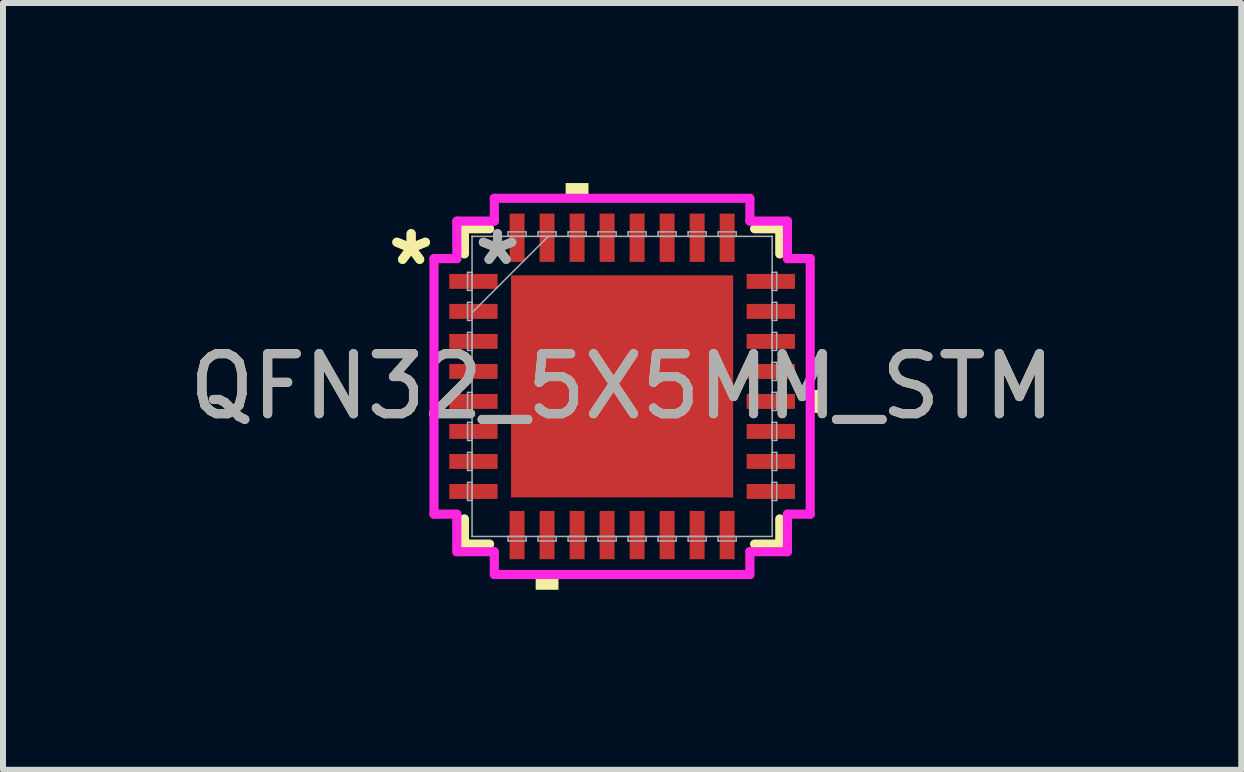
<source format=kicad_pcb>
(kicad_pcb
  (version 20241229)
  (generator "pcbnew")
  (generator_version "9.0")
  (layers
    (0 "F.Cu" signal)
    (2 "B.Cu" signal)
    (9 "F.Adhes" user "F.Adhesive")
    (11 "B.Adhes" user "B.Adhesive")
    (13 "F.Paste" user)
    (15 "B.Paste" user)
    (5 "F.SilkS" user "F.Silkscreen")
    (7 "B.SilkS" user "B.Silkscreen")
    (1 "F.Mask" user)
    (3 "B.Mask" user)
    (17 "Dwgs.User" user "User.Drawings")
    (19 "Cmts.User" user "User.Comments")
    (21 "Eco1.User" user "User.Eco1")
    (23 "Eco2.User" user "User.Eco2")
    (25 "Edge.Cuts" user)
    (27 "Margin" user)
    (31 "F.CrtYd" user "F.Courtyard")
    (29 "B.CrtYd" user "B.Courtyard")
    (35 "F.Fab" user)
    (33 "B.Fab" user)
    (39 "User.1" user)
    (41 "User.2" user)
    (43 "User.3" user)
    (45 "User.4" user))
  (footprint "QFN32_5X5MM_STM"
    (layer "F.Cu")
    (at 7.315 3.388)
    (property "Reference" "QFN32_5X5MM_STM" (at 0 0 0) (unlocked yes) (layer "F.SilkS") (effects (font (size 1 1) (thickness 0.15))))
    (attr smd)
    (fp_line (start -2.627 -2.627) (end -2.627 -2.207) (stroke (width 0.152) (type solid)) (layer "F.SilkS"))
    (fp_line (start -2.627 2.207) (end -2.627 2.627) (stroke (width 0.152) (type solid)) (layer "F.SilkS"))
    (fp_line (start -2.627 2.627) (end -2.207 2.627) (stroke (width 0.152) (type solid)) (layer "F.SilkS"))
    (fp_line (start -2.207 -2.627) (end -2.627 -2.627) (stroke (width 0.152) (type solid)) (layer "F.SilkS"))
    (fp_line (start 2.207 2.627) (end 2.627 2.627) (stroke (width 0.152) (type solid)) (layer "F.SilkS"))
    (fp_line (start 2.627 -2.627) (end 2.207 -2.627) (stroke (width 0.152) (type solid)) (layer "F.SilkS"))
    (fp_line (start 2.627 -2.207) (end 2.627 -2.627) (stroke (width 0.152) (type solid)) (layer "F.SilkS"))
    (fp_line (start 2.627 2.627) (end 2.627 2.207) (stroke (width 0.152) (type solid)) (layer "F.SilkS"))
    (fp_poly (pts (xy -1.44 3.134) (xy -1.44 3.388) (xy -1.06 3.388) (xy -1.06 3.134)) (stroke (width 0) (type solid)) (fill yes) (layer "F.SilkS"))
    (fp_poly (pts (xy -0.941 -3.134) (xy -0.941 -3.388) (xy -0.56 -3.388) (xy -0.56 -3.134)) (stroke (width 0) (type solid)) (fill yes) (layer "F.SilkS"))
    (fp_poly (pts (xy 3.388 0.059) (xy 3.388 0.441) (xy 3.134 0.441) (xy 3.134 0.059)) (stroke (width 0) (type solid)) (fill yes) (layer "F.SilkS"))
    (fp_poly (pts (xy -1.75 -1.75) (xy -1.75 -0.1) (xy -0.1 -0.1) (xy -0.1 -1.75)) (stroke (width 0) (type solid)) (fill yes) (layer "F.Paste"))
    (fp_poly (pts (xy -1.75 0.1) (xy -1.75 1.75) (xy -0.1 1.75) (xy -0.1 0.1)) (stroke (width 0) (type solid)) (fill yes) (layer "F.Paste"))
    (fp_poly (pts (xy 0.1 -1.75) (xy 0.1 -0.1) (xy 1.75 -0.1) (xy 1.75 -1.75)) (stroke (width 0) (type solid)) (fill yes) (layer "F.Paste"))
    (fp_poly (pts (xy 0.1 0.1) (xy 0.1 1.75) (xy 1.75 1.75) (xy 1.75 0.1)) (stroke (width 0) (type solid)) (fill yes) (layer "F.Paste"))
    (fp_line (start -3.134 -2.129) (end -2.754 -2.129) (stroke (width 0.152) (type solid)) (layer "F.CrtYd"))
    (fp_line (start -3.134 2.129) (end -3.134 -2.129) (stroke (width 0.152) (type solid)) (layer "F.CrtYd"))
    (fp_line (start -2.754 -2.754) (end -2.129 -2.754) (stroke (width 0.152) (type solid)) (layer "F.CrtYd"))
    (fp_line (start -2.754 -2.129) (end -2.754 -2.754) (stroke (width 0.152) (type solid)) (layer "F.CrtYd"))
    (fp_line (start -2.754 2.129) (end -3.134 2.129) (stroke (width 0.152) (type solid)) (layer "F.CrtYd"))
    (fp_line (start -2.754 2.754) (end -2.754 2.129) (stroke (width 0.152) (type solid)) (layer "F.CrtYd"))
    (fp_line (start -2.129 -3.134) (end 2.129 -3.134) (stroke (width 0.152) (type solid)) (layer "F.CrtYd"))
    (fp_line (start -2.129 -2.754) (end -2.129 -3.134) (stroke (width 0.152) (type solid)) (layer "F.CrtYd"))
    (fp_line (start -2.129 2.754) (end -2.754 2.754) (stroke (width 0.152) (type solid)) (layer "F.CrtYd"))
    (fp_line (start -2.129 3.134) (end -2.129 2.754) (stroke (width 0.152) (type solid)) (layer "F.CrtYd"))
    (fp_line (start 2.129 -3.134) (end 2.129 -2.754) (stroke (width 0.152) (type solid)) (layer "F.CrtYd"))
    (fp_line (start 2.129 -2.754) (end 2.754 -2.754) (stroke (width 0.152) (type solid)) (layer "F.CrtYd"))
    (fp_line (start 2.129 2.754) (end 2.129 3.134) (stroke (width 0.152) (type solid)) (layer "F.CrtYd"))
    (fp_line (start 2.129 3.134) (end -2.129 3.134) (stroke (width 0.152) (type solid)) (layer "F.CrtYd"))
    (fp_line (start 2.754 -2.754) (end 2.754 -2.129) (stroke (width 0.152) (type solid)) (layer "F.CrtYd"))
    (fp_line (start 2.754 -2.129) (end 3.134 -2.129) (stroke (width 0.152) (type solid)) (layer "F.CrtYd"))
    (fp_line (start 2.754 2.129) (end 2.754 2.754) (stroke (width 0.152) (type solid)) (layer "F.CrtYd"))
    (fp_line (start 2.754 2.754) (end 2.129 2.754) (stroke (width 0.152) (type solid)) (layer "F.CrtYd"))
    (fp_line (start 3.134 -2.129) (end 3.134 2.129) (stroke (width 0.152) (type solid)) (layer "F.CrtYd"))
    (fp_line (start 3.134 2.129) (end 2.754 2.129) (stroke (width 0.152) (type solid)) (layer "F.CrtYd"))
    (fp_line (start -2.575 -1.9) (end -2.575 -1.6) (stroke (width 0.025) (type solid)) (layer "F.Fab"))
    (fp_line (start -2.575 -1.6) (end -2.5 -1.6) (stroke (width 0.025) (type solid)) (layer "F.Fab"))
    (fp_line (start -2.575 -1.4) (end -2.575 -1.1) (stroke (width 0.025) (type solid)) (layer "F.Fab"))
    (fp_line (start -2.575 -1.1) (end -2.5 -1.1) (stroke (width 0.025) (type solid)) (layer "F.Fab"))
    (fp_line (start -2.575 -0.9) (end -2.575 -0.6) (stroke (width 0.025) (type solid)) (layer "F.Fab"))
    (fp_line (start -2.575 -0.6) (end -2.5 -0.6) (stroke (width 0.025) (type solid)) (layer "F.Fab"))
    (fp_line (start -2.575 -0.4) (end -2.575 -0.1) (stroke (width 0.025) (type solid)) (layer "F.Fab"))
    (fp_line (start -2.575 -0.1) (end -2.5 -0.1) (stroke (width 0.025) (type solid)) (layer "F.Fab"))
    (fp_line (start -2.575 0.1) (end -2.575 0.4) (stroke (width 0.025) (type solid)) (layer "F.Fab"))
    (fp_line (start -2.575 0.4) (end -2.5 0.4) (stroke (width 0.025) (type solid)) (layer "F.Fab"))
    (fp_line (start -2.575 0.6) (end -2.575 0.9) (stroke (width 0.025) (type solid)) (layer "F.Fab"))
    (fp_line (start -2.575 0.9) (end -2.5 0.9) (stroke (width 0.025) (type solid)) (layer "F.Fab"))
    (fp_line (start -2.575 1.1) (end -2.575 1.4) (stroke (width 0.025) (type solid)) (layer "F.Fab"))
    (fp_line (start -2.575 1.4) (end -2.5 1.4) (stroke (width 0.025) (type solid)) (layer "F.Fab"))
    (fp_line (start -2.575 1.6) (end -2.575 1.9) (stroke (width 0.025) (type solid)) (layer "F.Fab"))
    (fp_line (start -2.575 1.9) (end -2.5 1.9) (stroke (width 0.025) (type solid)) (layer "F.Fab"))
    (fp_line (start -2.5 -2.5) (end -2.5 -2.5) (stroke (width 0.025) (type solid)) (layer "F.Fab"))
    (fp_line (start -2.5 -2.5) (end -2.5 2.5) (stroke (width 0.025) (type solid)) (layer "F.Fab"))
    (fp_line (start -2.5 -1.9) (end -2.575 -1.9) (stroke (width 0.025) (type solid)) (layer "F.Fab"))
    (fp_line (start -2.5 -1.6) (end -2.5 -1.9) (stroke (width 0.025) (type solid)) (layer "F.Fab"))
    (fp_line (start -2.5 -1.4) (end -2.575 -1.4) (stroke (width 0.025) (type solid)) (layer "F.Fab"))
    (fp_line (start -2.5 -1.23) (end -1.23 -2.5) (stroke (width 0.025) (type solid)) (layer "F.Fab"))
    (fp_line (start -2.5 -1.1) (end -2.5 -1.4) (stroke (width 0.025) (type solid)) (layer "F.Fab"))
    (fp_line (start -2.5 -0.9) (end -2.575 -0.9) (stroke (width 0.025) (type solid)) (layer "F.Fab"))
    (fp_line (start -2.5 -0.6) (end -2.5 -0.9) (stroke (width 0.025) (type solid)) (layer "F.Fab"))
    (fp_line (start -2.5 -0.4) (end -2.575 -0.4) (stroke (width 0.025) (type solid)) (layer "F.Fab"))
    (fp_line (start -2.5 -0.1) (end -2.5 -0.4) (stroke (width 0.025) (type solid)) (layer "F.Fab"))
    (fp_line (start -2.5 0.1) (end -2.575 0.1) (stroke (width 0.025) (type solid)) (layer "F.Fab"))
    (fp_line (start -2.5 0.4) (end -2.5 0.1) (stroke (width 0.025) (type solid)) (layer "F.Fab"))
    (fp_line (start -2.5 0.6) (end -2.575 0.6) (stroke (width 0.025) (type solid)) (layer "F.Fab"))
    (fp_line (start -2.5 0.9) (end -2.5 0.6) (stroke (width 0.025) (type solid)) (layer "F.Fab"))
    (fp_line (start -2.5 1.1) (end -2.575 1.1) (stroke (width 0.025) (type solid)) (layer "F.Fab"))
    (fp_line (start -2.5 1.4) (end -2.5 1.1) (stroke (width 0.025) (type solid)) (layer "F.Fab"))
    (fp_line (start -2.5 1.6) (end -2.575 1.6) (stroke (width 0.025) (type solid)) (layer "F.Fab"))
    (fp_line (start -2.5 1.9) (end -2.5 1.6) (stroke (width 0.025) (type solid)) (layer "F.Fab"))
    (fp_line (start -2.5 2.5) (end -2.5 2.5) (stroke (width 0.025) (type solid)) (layer "F.Fab"))
    (fp_line (start -2.5 2.5) (end 2.5 2.5) (stroke (width 0.025) (type solid)) (layer "F.Fab"))
    (fp_line (start -1.9 -2.575) (end -1.9 -2.5) (stroke (width 0.025) (type solid)) (layer "F.Fab"))
    (fp_line (start -1.9 -2.5) (end -1.6 -2.5) (stroke (width 0.025) (type solid)) (layer "F.Fab"))
    (fp_line (start -1.9 2.5) (end -1.9 2.575) (stroke (width 0.025) (type solid)) (layer "F.Fab"))
    (fp_line (start -1.9 2.575) (end -1.6 2.575) (stroke (width 0.025) (type solid)) (layer "F.Fab"))
    (fp_line (start -1.6 -2.575) (end -1.9 -2.575) (stroke (width 0.025) (type solid)) (layer "F.Fab"))
    (fp_line (start -1.6 -2.5) (end -1.6 -2.575) (stroke (width 0.025) (type solid)) (layer "F.Fab"))
    (fp_line (start -1.6 2.5) (end -1.9 2.5) (stroke (width 0.025) (type solid)) (layer "F.Fab"))
    (fp_line (start -1.6 2.575) (end -1.6 2.5) (stroke (width 0.025) (type solid)) (layer "F.Fab"))
    (fp_line (start -1.4 -2.575) (end -1.4 -2.5) (stroke (width 0.025) (type solid)) (layer "F.Fab"))
    (fp_line (start -1.4 -2.5) (end -1.1 -2.5) (stroke (width 0.025) (type solid)) (layer "F.Fab"))
    (fp_line (start -1.4 2.5) (end -1.4 2.575) (stroke (width 0.025) (type solid)) (layer "F.Fab"))
    (fp_line (start -1.4 2.575) (end -1.1 2.575) (stroke (width 0.025) (type solid)) (layer "F.Fab"))
    (fp_line (start -1.1 -2.575) (end -1.4 -2.575) (stroke (width 0.025) (type solid)) (layer "F.Fab"))
    (fp_line (start -1.1 -2.5) (end -1.1 -2.575) (stroke (width 0.025) (type solid)) (layer "F.Fab"))
    (fp_line (start -1.1 2.5) (end -1.4 2.5) (stroke (width 0.025) (type solid)) (layer "F.Fab"))
    (fp_line (start -1.1 2.575) (end -1.1 2.5) (stroke (width 0.025) (type solid)) (layer "F.Fab"))
    (fp_line (start -0.9 -2.575) (end -0.9 -2.5) (stroke (width 0.025) (type solid)) (layer "F.Fab"))
    (fp_line (start -0.9 -2.5) (end -0.6 -2.5) (stroke (width 0.025) (type solid)) (layer "F.Fab"))
    (fp_line (start -0.9 2.5) (end -0.9 2.575) (stroke (width 0.025) (type solid)) (layer "F.Fab"))
    (fp_line (start -0.9 2.575) (end -0.6 2.575) (stroke (width 0.025) (type solid)) (layer "F.Fab"))
    (fp_line (start -0.6 -2.575) (end -0.9 -2.575) (stroke (width 0.025) (type solid)) (layer "F.Fab"))
    (fp_line (start -0.6 -2.5) (end -0.6 -2.575) (stroke (width 0.025) (type solid)) (layer "F.Fab"))
    (fp_line (start -0.6 2.5) (end -0.9 2.5) (stroke (width 0.025) (type solid)) (layer "F.Fab"))
    (fp_line (start -0.6 2.575) (end -0.6 2.5) (stroke (width 0.025) (type solid)) (layer "F.Fab"))
    (fp_line (start -0.4 -2.575) (end -0.4 -2.5) (stroke (width 0.025) (type solid)) (layer "F.Fab"))
    (fp_line (start -0.4 -2.5) (end -0.1 -2.5) (stroke (width 0.025) (type solid)) (layer "F.Fab"))
    (fp_line (start -0.4 2.5) (end -0.4 2.575) (stroke (width 0.025) (type solid)) (layer "F.Fab"))
    (fp_line (start -0.4 2.575) (end -0.1 2.575) (stroke (width 0.025) (type solid)) (layer "F.Fab"))
    (fp_line (start -0.1 -2.575) (end -0.4 -2.575) (stroke (width 0.025) (type solid)) (layer "F.Fab"))
    (fp_line (start -0.1 -2.5) (end -0.1 -2.575) (stroke (width 0.025) (type solid)) (layer "F.Fab"))
    (fp_line (start -0.1 2.5) (end -0.4 2.5) (stroke (width 0.025) (type solid)) (layer "F.Fab"))
    (fp_line (start -0.1 2.575) (end -0.1 2.5) (stroke (width 0.025) (type solid)) (layer "F.Fab"))
    (fp_line (start 0.1 -2.575) (end 0.1 -2.5) (stroke (width 0.025) (type solid)) (layer "F.Fab"))
    (fp_line (start 0.1 -2.5) (end 0.4 -2.5) (stroke (width 0.025) (type solid)) (layer "F.Fab"))
    (fp_line (start 0.1 2.5) (end 0.1 2.575) (stroke (width 0.025) (type solid)) (layer "F.Fab"))
    (fp_line (start 0.1 2.575) (end 0.4 2.575) (stroke (width 0.025) (type solid)) (layer "F.Fab"))
    (fp_line (start 0.4 -2.575) (end 0.1 -2.575) (stroke (width 0.025) (type solid)) (layer "F.Fab"))
    (fp_line (start 0.4 -2.5) (end 0.4 -2.575) (stroke (width 0.025) (type solid)) (layer "F.Fab"))
    (fp_line (start 0.4 2.5) (end 0.1 2.5) (stroke (width 0.025) (type solid)) (layer "F.Fab"))
    (fp_line (start 0.4 2.575) (end 0.4 2.5) (stroke (width 0.025) (type solid)) (layer "F.Fab"))
    (fp_line (start 0.6 -2.575) (end 0.6 -2.5) (stroke (width 0.025) (type solid)) (layer "F.Fab"))
    (fp_line (start 0.6 -2.5) (end 0.9 -2.5) (stroke (width 0.025) (type solid)) (layer "F.Fab"))
    (fp_line (start 0.6 2.5) (end 0.6 2.575) (stroke (width 0.025) (type solid)) (layer "F.Fab"))
    (fp_line (start 0.6 2.575) (end 0.9 2.575) (stroke (width 0.025) (type solid)) (layer "F.Fab"))
    (fp_line (start 0.9 -2.575) (end 0.6 -2.575) (stroke (width 0.025) (type solid)) (layer "F.Fab"))
    (fp_line (start 0.9 -2.5) (end 0.9 -2.575) (stroke (width 0.025) (type solid)) (layer "F.Fab"))
    (fp_line (start 0.9 2.5) (end 0.6 2.5) (stroke (width 0.025) (type solid)) (layer "F.Fab"))
    (fp_line (start 0.9 2.575) (end 0.9 2.5) (stroke (width 0.025) (type solid)) (layer "F.Fab"))
    (fp_line (start 1.1 -2.575) (end 1.1 -2.5) (stroke (width 0.025) (type solid)) (layer "F.Fab"))
    (fp_line (start 1.1 -2.5) (end 1.4 -2.5) (stroke (width 0.025) (type solid)) (layer "F.Fab"))
    (fp_line (start 1.1 2.5) (end 1.1 2.575) (stroke (width 0.025) (type solid)) (layer "F.Fab"))
    (fp_line (start 1.1 2.575) (end 1.4 2.575) (stroke (width 0.025) (type solid)) (layer "F.Fab"))
    (fp_line (start 1.4 -2.575) (end 1.1 -2.575) (stroke (width 0.025) (type solid)) (layer "F.Fab"))
    (fp_line (start 1.4 -2.5) (end 1.4 -2.575) (stroke (width 0.025) (type solid)) (layer "F.Fab"))
    (fp_line (start 1.4 2.5) (end 1.1 2.5) (stroke (width 0.025) (type solid)) (layer "F.Fab"))
    (fp_line (start 1.4 2.575) (end 1.4 2.5) (stroke (width 0.025) (type solid)) (layer "F.Fab"))
    (fp_line (start 1.6 -2.575) (end 1.6 -2.5) (stroke (width 0.025) (type solid)) (layer "F.Fab"))
    (fp_line (start 1.6 -2.5) (end 1.9 -2.5) (stroke (width 0.025) (type solid)) (layer "F.Fab"))
    (fp_line (start 1.6 2.5) (end 1.6 2.575) (stroke (width 0.025) (type solid)) (layer "F.Fab"))
    (fp_line (start 1.6 2.575) (end 1.9 2.575) (stroke (width 0.025) (type solid)) (layer "F.Fab"))
    (fp_line (start 1.9 -2.575) (end 1.6 -2.575) (stroke (width 0.025) (type solid)) (layer "F.Fab"))
    (fp_line (start 1.9 -2.5) (end 1.9 -2.575) (stroke (width 0.025) (type solid)) (layer "F.Fab"))
    (fp_line (start 1.9 2.5) (end 1.6 2.5) (stroke (width 0.025) (type solid)) (layer "F.Fab"))
    (fp_line (start 1.9 2.575) (end 1.9 2.5) (stroke (width 0.025) (type solid)) (layer "F.Fab"))
    (fp_line (start 2.5 -2.5) (end -2.5 -2.5) (stroke (width 0.025) (type solid)) (layer "F.Fab"))
    (fp_line (start 2.5 -2.5) (end 2.5 -2.5) (stroke (width 0.025) (type solid)) (layer "F.Fab"))
    (fp_line (start 2.5 -1.9) (end 2.5 -1.6) (stroke (width 0.025) (type solid)) (layer "F.Fab"))
    (fp_line (start 2.5 -1.6) (end 2.575 -1.6) (stroke (width 0.025) (type solid)) (layer "F.Fab"))
    (fp_line (start 2.5 -1.4) (end 2.5 -1.1) (stroke (width 0.025) (type solid)) (layer "F.Fab"))
    (fp_line (start 2.5 -1.1) (end 2.575 -1.1) (stroke (width 0.025) (type solid)) (layer "F.Fab"))
    (fp_line (start 2.5 -0.9) (end 2.5 -0.6) (stroke (width 0.025) (type solid)) (layer "F.Fab"))
    (fp_line (start 2.5 -0.6) (end 2.575 -0.6) (stroke (width 0.025) (type solid)) (layer "F.Fab"))
    (fp_line (start 2.5 -0.4) (end 2.5 -0.1) (stroke (width 0.025) (type solid)) (layer "F.Fab"))
    (fp_line (start 2.5 -0.1) (end 2.575 -0.1) (stroke (width 0.025) (type solid)) (layer "F.Fab"))
    (fp_line (start 2.5 0.1) (end 2.5 0.4) (stroke (width 0.025) (type solid)) (layer "F.Fab"))
    (fp_line (start 2.5 0.4) (end 2.575 0.4) (stroke (width 0.025) (type solid)) (layer "F.Fab"))
    (fp_line (start 2.5 0.6) (end 2.5 0.9) (stroke (width 0.025) (type solid)) (layer "F.Fab"))
    (fp_line (start 2.5 0.9) (end 2.575 0.9) (stroke (width 0.025) (type solid)) (layer "F.Fab"))
    (fp_line (start 2.5 1.1) (end 2.5 1.4) (stroke (width 0.025) (type solid)) (layer "F.Fab"))
    (fp_line (start 2.5 1.4) (end 2.575 1.4) (stroke (width 0.025) (type solid)) (layer "F.Fab"))
    (fp_line (start 2.5 1.6) (end 2.5 1.9) (stroke (width 0.025) (type solid)) (layer "F.Fab"))
    (fp_line (start 2.5 1.9) (end 2.575 1.9) (stroke (width 0.025) (type solid)) (layer "F.Fab"))
    (fp_line (start 2.5 2.5) (end 2.5 -2.5) (stroke (width 0.025) (type solid)) (layer "F.Fab"))
    (fp_line (start 2.5 2.5) (end 2.5 2.5) (stroke (width 0.025) (type solid)) (layer "F.Fab"))
    (fp_line (start 2.575 -1.9) (end 2.5 -1.9) (stroke (width 0.025) (type solid)) (layer "F.Fab"))
    (fp_line (start 2.575 -1.6) (end 2.575 -1.9) (stroke (width 0.025) (type solid)) (layer "F.Fab"))
    (fp_line (start 2.575 -1.4) (end 2.5 -1.4) (stroke (width 0.025) (type solid)) (layer "F.Fab"))
    (fp_line (start 2.575 -1.1) (end 2.575 -1.4) (stroke (width 0.025) (type solid)) (layer "F.Fab"))
    (fp_line (start 2.575 -0.9) (end 2.5 -0.9) (stroke (width 0.025) (type solid)) (layer "F.Fab"))
    (fp_line (start 2.575 -0.6) (end 2.575 -0.9) (stroke (width 0.025) (type solid)) (layer "F.Fab"))
    (fp_line (start 2.575 -0.4) (end 2.5 -0.4) (stroke (width 0.025) (type solid)) (layer "F.Fab"))
    (fp_line (start 2.575 -0.1) (end 2.575 -0.4) (stroke (width 0.025) (type solid)) (layer "F.Fab"))
    (fp_line (start 2.575 0.1) (end 2.5 0.1) (stroke (width 0.025) (type solid)) (layer "F.Fab"))
    (fp_line (start 2.575 0.4) (end 2.575 0.1) (stroke (width 0.025) (type solid)) (layer "F.Fab"))
    (fp_line (start 2.575 0.6) (end 2.5 0.6) (stroke (width 0.025) (type solid)) (layer "F.Fab"))
    (fp_line (start 2.575 0.9) (end 2.575 0.6) (stroke (width 0.025) (type solid)) (layer "F.Fab"))
    (fp_line (start 2.575 1.1) (end 2.5 1.1) (stroke (width 0.025) (type solid)) (layer "F.Fab"))
    (fp_line (start 2.575 1.4) (end 2.575 1.1) (stroke (width 0.025) (type solid)) (layer "F.Fab"))
    (fp_line (start 2.575 1.6) (end 2.5 1.6) (stroke (width 0.025) (type solid)) (layer "F.Fab"))
    (fp_line (start 2.575 1.9) (end 2.575 1.6) (stroke (width 0.025) (type solid)) (layer "F.Fab"))
    (fp_text user "*" (at -3.515 -2 0) (unlocked yes) (layer "F.SilkS") (effects (font (size 1 1) (thickness 0.15))))
    (fp_text user "*" (at -3.515 -2 0) (layer "F.SilkS") (effects (font (size 1 1) (thickness 0.15))))
    (fp_text user "${REFERENCE}" (at 0 0 0) (unlocked yes) (layer "F.Fab") (effects (font (size 1 1) (thickness 0.15))))
    (fp_text user "*" (at -2.075 -2 0) (unlocked yes) (layer "F.Fab") (effects (font (size 1 1) (thickness 0.15))))
    (fp_text user "*" (at -2.075 -2 0) (layer "F.Fab") (effects (font (size 1 1) (thickness 0.15))))
    (pad "1" smd rect (at -2.477 -1.75 90) (size 0.249 0.805) (layers "F.Cu" "F.Mask" "F.Paste"))
    (pad "2" smd rect (at -2.477 -1.25 90) (size 0.249 0.805) (layers "F.Cu" "F.Mask" "F.Paste"))
    (pad "3" smd rect (at -2.477 -0.75 90) (size 0.249 0.805) (layers "F.Cu" "F.Mask" "F.Paste"))
    (pad "4" smd rect (at -2.477 -0.25 90) (size 0.249 0.805) (layers "F.Cu" "F.Mask" "F.Paste"))
    (pad "5" smd rect (at -2.477 0.25 90) (size 0.249 0.805) (layers "F.Cu" "F.Mask" "F.Paste"))
    (pad "6" smd rect (at -2.477 0.75 90) (size 0.249 0.805) (layers "F.Cu" "F.Mask" "F.Paste"))
    (pad "7" smd rect (at -2.477 1.25 90) (size 0.249 0.805) (layers "F.Cu" "F.Mask" "F.Paste"))
    (pad "8" smd rect (at -2.477 1.75 90) (size 0.249 0.805) (layers "F.Cu" "F.Mask" "F.Paste"))
    (pad "9" smd rect (at -1.75 2.477) (size 0.249 0.805) (layers "F.Cu" "F.Mask" "F.Paste"))
    (pad "10" smd rect (at -1.25 2.477) (size 0.249 0.805) (layers "F.Cu" "F.Mask" "F.Paste"))
    (pad "11" smd rect (at -0.75 2.477) (size 0.249 0.805) (layers "F.Cu" "F.Mask" "F.Paste"))
    (pad "12" smd rect (at -0.25 2.477) (size 0.249 0.805) (layers "F.Cu" "F.Mask" "F.Paste"))
    (pad "13" smd rect (at 0.25 2.477) (size 0.249 0.805) (layers "F.Cu" "F.Mask" "F.Paste"))
    (pad "14" smd rect (at 0.75 2.477) (size 0.249 0.805) (layers "F.Cu" "F.Mask" "F.Paste"))
    (pad "15" smd rect (at 1.25 2.477) (size 0.249 0.805) (layers "F.Cu" "F.Mask" "F.Paste"))
    (pad "16" smd rect (at 1.75 2.477) (size 0.249 0.805) (layers "F.Cu" "F.Mask" "F.Paste"))
    (pad "17" smd rect (at 2.477 1.75 90) (size 0.249 0.805) (layers "F.Cu" "F.Mask" "F.Paste"))
    (pad "18" smd rect (at 2.477 1.25 90) (size 0.249 0.805) (layers "F.Cu" "F.Mask" "F.Paste"))
    (pad "19" smd rect (at 2.477 0.75 90) (size 0.249 0.805) (layers "F.Cu" "F.Mask" "F.Paste"))
    (pad "20" smd rect (at 2.477 0.25 90) (size 0.249 0.805) (layers "F.Cu" "F.Mask" "F.Paste"))
    (pad "21" smd rect (at 2.477 -0.25 90) (size 0.249 0.805) (layers "F.Cu" "F.Mask" "F.Paste"))
    (pad "22" smd rect (at 2.477 -0.75 90) (size 0.249 0.805) (layers "F.Cu" "F.Mask" "F.Paste"))
    (pad "23" smd rect (at 2.477 -1.25 90) (size 0.249 0.805) (layers "F.Cu" "F.Mask" "F.Paste"))
    (pad "24" smd rect (at 2.477 -1.75 90) (size 0.249 0.805) (layers "F.Cu" "F.Mask" "F.Paste"))
    (pad "25" smd rect (at 1.75 -2.477) (size 0.249 0.805) (layers "F.Cu" "F.Mask" "F.Paste"))
    (pad "26" smd rect (at 1.25 -2.477) (size 0.249 0.805) (layers "F.Cu" "F.Mask" "F.Paste"))
    (pad "27" smd rect (at 0.75 -2.477) (size 0.249 0.805) (layers "F.Cu" "F.Mask" "F.Paste"))
    (pad "28" smd rect (at 0.25 -2.477) (size 0.249 0.805) (layers "F.Cu" "F.Mask" "F.Paste"))
    (pad "29" smd rect (at -0.25 -2.477) (size 0.249 0.805) (layers "F.Cu" "F.Mask" "F.Paste"))
    (pad "30" smd rect (at -0.75 -2.477) (size 0.249 0.805) (layers "F.Cu" "F.Mask" "F.Paste"))
    (pad "31" smd rect (at -1.25 -2.477) (size 0.249 0.805) (layers "F.Cu" "F.Mask" "F.Paste"))
    (pad "32" smd rect (at -1.75 -2.477) (size 0.249 0.805) (layers "F.Cu" "F.Mask" "F.Paste"))
    (pad "33" smd rect (at 0 0) (size 3.7 3.7) (layers "F.Cu" "F.Mask" "F.Paste")))
  (gr_rect
    (start -3 -3)
    (end 17.631 9.776)
    (stroke (width 0.1) (type default))
    (fill no)
    (layer "Edge.Cuts")))
</source>
